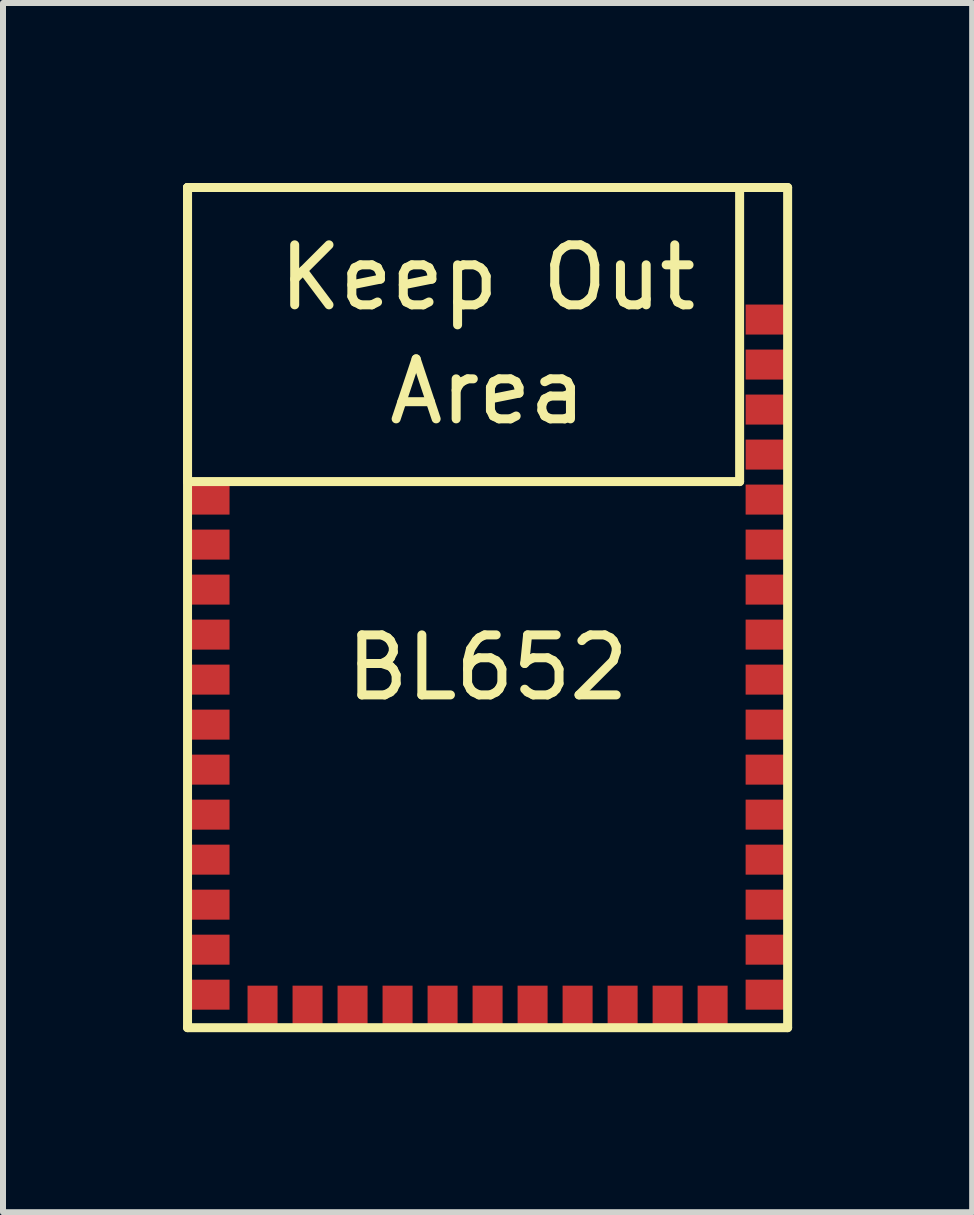
<source format=kicad_pcb>
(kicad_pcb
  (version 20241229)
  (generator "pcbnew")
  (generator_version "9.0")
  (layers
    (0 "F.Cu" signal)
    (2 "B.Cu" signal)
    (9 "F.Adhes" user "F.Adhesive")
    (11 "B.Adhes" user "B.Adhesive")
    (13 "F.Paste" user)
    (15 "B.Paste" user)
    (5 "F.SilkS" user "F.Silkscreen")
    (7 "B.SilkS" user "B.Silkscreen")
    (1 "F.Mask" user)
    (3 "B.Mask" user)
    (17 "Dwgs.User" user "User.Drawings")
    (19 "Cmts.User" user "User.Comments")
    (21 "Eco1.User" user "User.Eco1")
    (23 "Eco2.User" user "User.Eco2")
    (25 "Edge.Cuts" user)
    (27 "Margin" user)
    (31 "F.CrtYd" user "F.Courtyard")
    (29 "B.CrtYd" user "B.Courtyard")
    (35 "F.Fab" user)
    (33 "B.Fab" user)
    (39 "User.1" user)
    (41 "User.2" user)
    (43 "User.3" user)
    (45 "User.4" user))
  (footprint "BL652"
    (layer "F.Cu")
    (at 5.075 7.075)
    (property "Reference" "BL652" (at 0 1 0) (layer "F.SilkS") (effects (font (size 1 1) (thickness 0.15))))
    (attr through_hole)
    (fp_line (start -5 -7) (end -5 -2.1) (stroke (width 0.15) (type solid)) (layer "F.SilkS"))
    (fp_line (start -5 -7) (end 5 -7) (stroke (width 0.15) (type solid)) (layer "F.SilkS"))
    (fp_line (start -5 -2.1) (end 4.2 -2.1) (stroke (width 0.15) (type solid)) (layer "F.SilkS"))
    (fp_line (start -5 7) (end -5 -7) (stroke (width 0.15) (type solid)) (layer "F.SilkS"))
    (fp_line (start 4.2 -7) (end -5 -7) (stroke (width 0.15) (type solid)) (layer "F.SilkS"))
    (fp_line (start 4.2 -2.1) (end 4.2 -7) (stroke (width 0.15) (type solid)) (layer "F.SilkS"))
    (fp_line (start 5 -7) (end 5 7) (stroke (width 0.15) (type solid)) (layer "F.SilkS"))
    (fp_line (start 5 7) (end -5 7) (stroke (width 0.15) (type solid)) (layer "F.SilkS"))
    (fp_text user "Area" (at 0 -3.6 0) (layer "F.SilkS") (effects (font (size 1 1) (thickness 0.15))))
    (fp_text user "Keep Out" (at 0 -5.5 0) (layer "F.SilkS") (effects (font (size 1 1) (thickness 0.15))))
    (pad "1" smd rect (at 4.65 -4.8) (size 0.7 0.5) (layers "F.Cu" "F.Mask" "F.Paste"))
    (pad "2" smd rect (at 4.65 -4.05) (size 0.7 0.5) (layers "F.Cu" "F.Mask" "F.Paste"))
    (pad "3" smd rect (at 4.65 -3.3) (size 0.7 0.5) (layers "F.Cu" "F.Mask" "F.Paste"))
    (pad "4" smd rect (at 4.65 -2.55) (size 0.7 0.5) (layers "F.Cu" "F.Mask" "F.Paste"))
    (pad "5" smd rect (at 4.65 -1.8) (size 0.7 0.5) (layers "F.Cu" "F.Mask" "F.Paste"))
    (pad "6" smd rect (at 4.65 -1.05) (size 0.7 0.5) (layers "F.Cu" "F.Mask" "F.Paste"))
    (pad "7" smd rect (at 4.65 -0.3) (size 0.7 0.5) (layers "F.Cu" "F.Mask" "F.Paste"))
    (pad "8" smd rect (at 4.65 0.45) (size 0.7 0.5) (layers "F.Cu" "F.Mask" "F.Paste"))
    (pad "9" smd rect (at 4.65 1.2) (size 0.7 0.5) (layers "F.Cu" "F.Mask" "F.Paste"))
    (pad "10" smd rect (at 4.65 1.95) (size 0.7 0.5) (layers "F.Cu" "F.Mask" "F.Paste"))
    (pad "11" smd rect (at 4.65 2.7) (size 0.7 0.5) (layers "F.Cu" "F.Mask" "F.Paste"))
    (pad "12" smd rect (at 4.65 3.45) (size 0.7 0.5) (layers "F.Cu" "F.Mask" "F.Paste"))
    (pad "13" smd rect (at 4.65 4.2) (size 0.7 0.5) (layers "F.Cu" "F.Mask" "F.Paste"))
    (pad "14" smd rect (at 4.65 4.95) (size 0.7 0.5) (layers "F.Cu" "F.Mask" "F.Paste"))
    (pad "15" smd rect (at 4.65 5.7) (size 0.7 0.5) (layers "F.Cu" "F.Mask" "F.Paste"))
    (pad "16" smd rect (at 4.65 6.45) (size 0.7 0.5) (layers "F.Cu" "F.Mask" "F.Paste"))
    (pad "17" smd rect (at 3.75 6.65) (size 0.5 0.7) (layers "F.Cu" "F.Mask" "F.Paste"))
    (pad "18" smd rect (at 3 6.65) (size 0.5 0.7) (layers "F.Cu" "F.Mask" "F.Paste"))
    (pad "19" smd rect (at 2.25 6.65) (size 0.5 0.7) (layers "F.Cu" "F.Mask" "F.Paste"))
    (pad "20" smd rect (at 1.5 6.65) (size 0.5 0.7) (layers "F.Cu" "F.Mask" "F.Paste"))
    (pad "21" smd rect (at 0.75 6.65) (size 0.5 0.7) (layers "F.Cu" "F.Mask" "F.Paste"))
    (pad "22" smd rect (at 0 6.65) (size 0.5 0.7) (layers "F.Cu" "F.Mask" "F.Paste"))
    (pad "23" smd rect (at -0.75 6.65) (size 0.5 0.7) (layers "F.Cu" "F.Mask" "F.Paste"))
    (pad "24" smd rect (at -1.5 6.65) (size 0.5 0.7) (layers "F.Cu" "F.Mask" "F.Paste"))
    (pad "25" smd rect (at -2.25 6.65) (size 0.5 0.7) (layers "F.Cu" "F.Mask" "F.Paste"))
    (pad "26" smd rect (at -3 6.65) (size 0.5 0.7) (layers "F.Cu" "F.Mask" "F.Paste"))
    (pad "27" smd rect (at -3.75 6.65) (size 0.5 0.7) (layers "F.Cu" "F.Mask" "F.Paste"))
    (pad "28" smd rect (at -4.65 6.45) (size 0.7 0.5) (layers "F.Cu" "F.Mask" "F.Paste"))
    (pad "29" smd rect (at -4.65 5.7) (size 0.7 0.5) (layers "F.Cu" "F.Mask" "F.Paste"))
    (pad "30" smd rect (at -4.65 4.95) (size 0.7 0.5) (layers "F.Cu" "F.Mask" "F.Paste"))
    (pad "31" smd rect (at -4.65 4.2) (size 0.7 0.5) (layers "F.Cu" "F.Mask" "F.Paste"))
    (pad "32" smd rect (at -4.65 3.45) (size 0.7 0.5) (layers "F.Cu" "F.Mask" "F.Paste"))
    (pad "33" smd rect (at -4.65 2.7) (size 0.7 0.5) (layers "F.Cu" "F.Mask" "F.Paste"))
    (pad "34" smd rect (at -4.65 1.95) (size 0.7 0.5) (layers "F.Cu" "F.Mask" "F.Paste"))
    (pad "35" smd rect (at -4.65 1.2) (size 0.7 0.5) (layers "F.Cu" "F.Mask" "F.Paste"))
    (pad "36" smd rect (at -4.65 0.45) (size 0.7 0.5) (layers "F.Cu" "F.Mask" "F.Paste"))
    (pad "37" smd rect (at -4.65 -0.3) (size 0.7 0.5) (layers "F.Cu" "F.Mask" "F.Paste"))
    (pad "38" smd rect (at -4.65 -1.05) (size 0.7 0.5) (layers "F.Cu" "F.Mask" "F.Paste"))
    (pad "39" smd rect (at -4.65 -1.8) (size 0.7 0.5) (layers "F.Cu" "F.Mask" "F.Paste")))
  (gr_rect
    (start -3 -3)
    (end 13.15 17.15)
    (stroke (width 0.1) (type default))
    (fill no)
    (layer "Edge.Cuts")))
</source>
